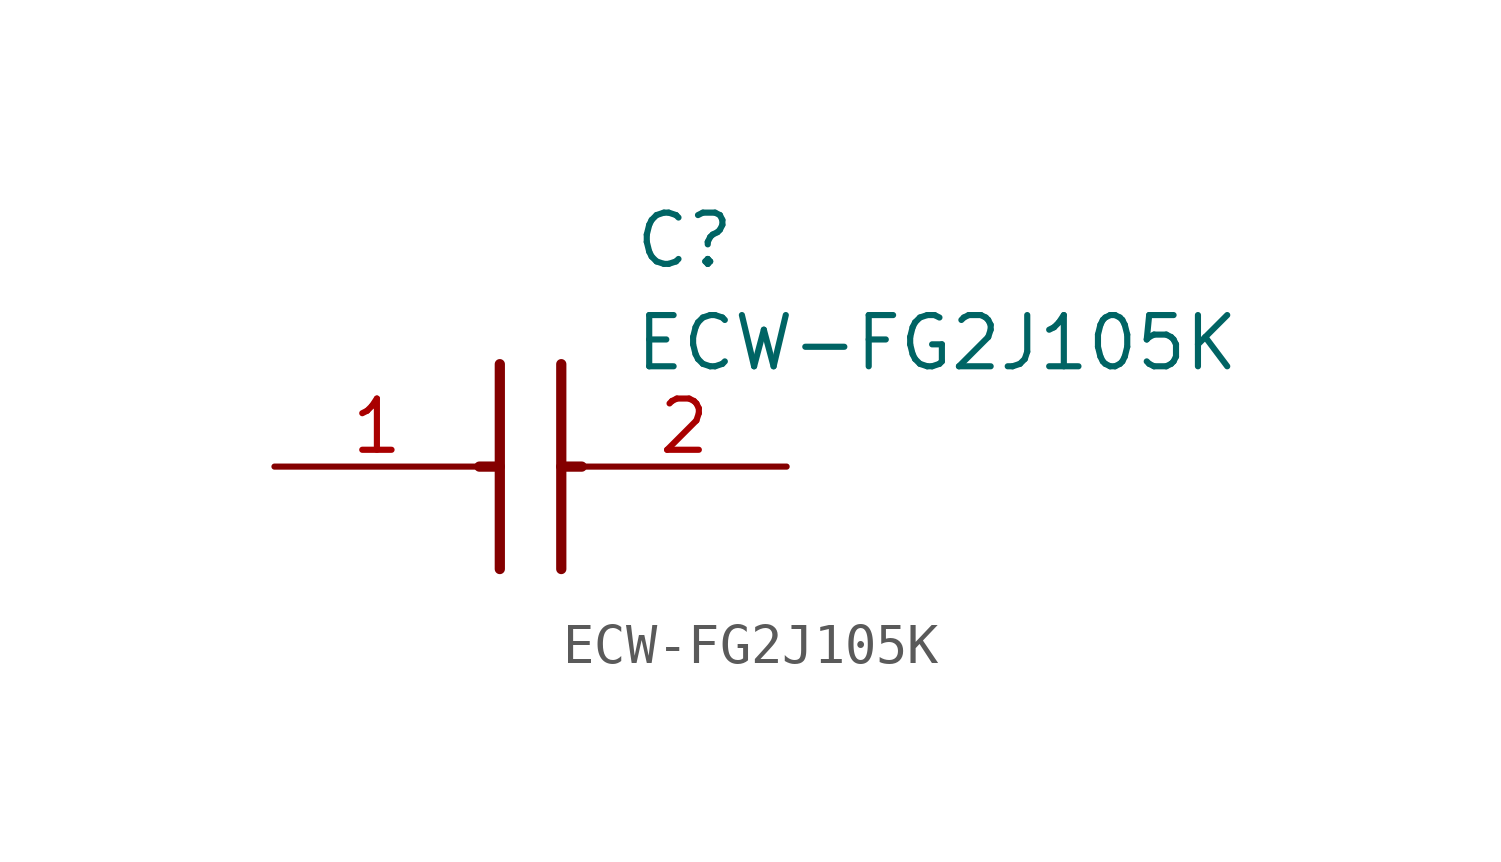
<source format=kicad_sym>
(kicad_symbol_lib
  (version 20211014)
  (generator SamacSys_ECAD_Model)
  (symbol "ECW-FG2J105K"
    (pin_names hide)
    (property "Reference" "C"
      (at 8.89 6.35 0)
      (effects (font (size 1.27 1.27)) (justify left top)))
    (property "Value" "ECW-FG2J105K"
      (at 8.89 3.81 0)
      (effects (font (size 1.27 1.27)) (justify left top)))
    (polyline
      (pts (xy 5.588 2.54) (xy 5.588 -2.54))
      (stroke (width 0.254) (type default))
      (fill (type none)))
    (polyline
      (pts (xy 7.112 2.54) (xy 7.112 -2.54))
      (stroke (width 0.254) (type default))
      (fill (type none)))
    (polyline
      (pts (xy 5.08 0) (xy 5.588 0))
      (stroke (width 0.254) (type default))
      (fill (type none)))
    (polyline
      (pts (xy 7.112 0) (xy 7.62 0))
      (stroke (width 0.254) (type default))
      (fill (type none)))
    (pin passive line
      (at 0 0 0)
      (length 5.08)
      (name "1" (effects (font (size 1.27 1.27))))
      (number "1" (effects (font (size 1.27 1.27)))))
    (pin passive line
      (at 12.7 0 180)
      (length 5.08)
      (name "2" (effects (font (size 1.27 1.27))))
      (number "2" (effects (font (size 1.27 1.27)))))))
</source>
